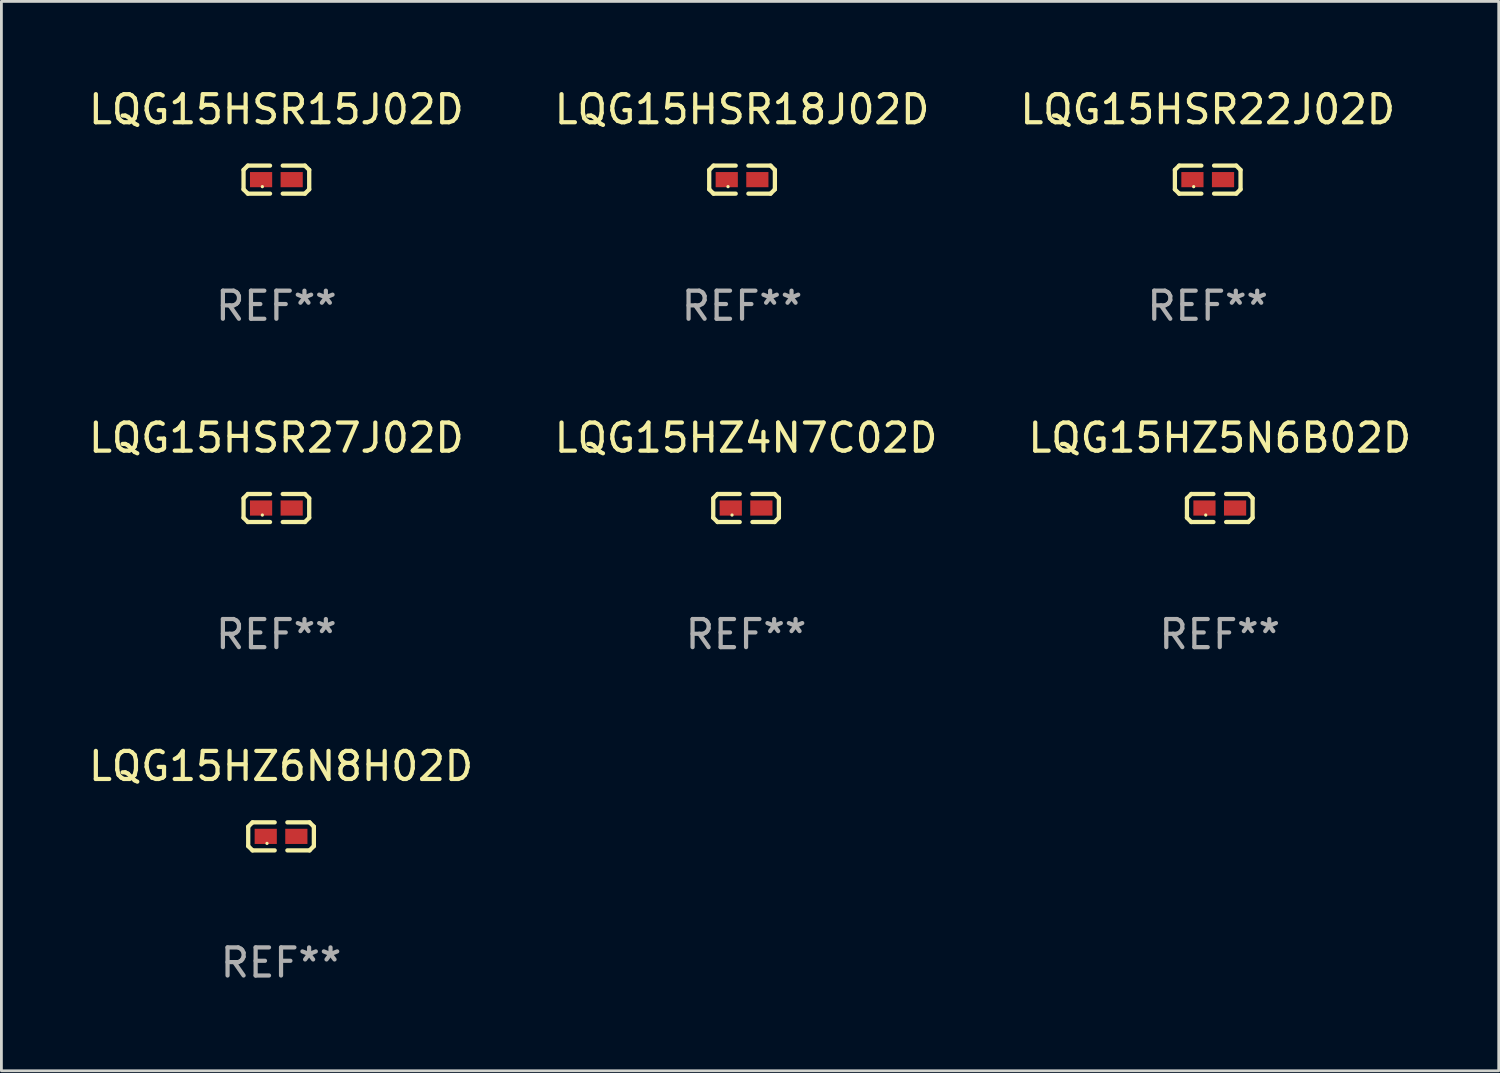
<source format=kicad_pcb>
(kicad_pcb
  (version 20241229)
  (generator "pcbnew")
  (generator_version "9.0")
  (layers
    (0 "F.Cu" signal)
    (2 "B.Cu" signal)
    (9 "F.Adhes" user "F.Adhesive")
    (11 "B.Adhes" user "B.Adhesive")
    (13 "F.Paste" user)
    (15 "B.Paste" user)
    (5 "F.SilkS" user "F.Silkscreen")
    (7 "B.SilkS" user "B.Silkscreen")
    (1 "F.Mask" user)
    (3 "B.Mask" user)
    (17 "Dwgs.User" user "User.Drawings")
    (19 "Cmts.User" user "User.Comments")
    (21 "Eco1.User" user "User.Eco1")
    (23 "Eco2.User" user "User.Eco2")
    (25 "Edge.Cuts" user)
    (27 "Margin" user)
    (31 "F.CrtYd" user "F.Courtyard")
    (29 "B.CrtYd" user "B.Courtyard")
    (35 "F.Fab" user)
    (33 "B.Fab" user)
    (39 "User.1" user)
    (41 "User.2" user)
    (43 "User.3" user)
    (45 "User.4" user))
  (footprint "LQG15HZ4N7C02D"
    (layer "F.Cu")
    (at 23.518 15.041)
    (property "Reference" "LQG15HZ4N7C02D" (at 0 -2.499 0) (layer "F.SilkS") (effects (font (size 1 1) (thickness 0.15))))
    (attr through_hole)
    (fp_line (start -1.169 -0.346) (end -1.016 -0.499) (stroke (width 0.152) (type solid)) (layer "F.SilkS"))
    (fp_line (start -1.169 0.346) (end -1.169 -0.346) (stroke (width 0.152) (type solid)) (layer "F.SilkS"))
    (fp_line (start -1.016 -0.499) (end -0.226 -0.499) (stroke (width 0.152) (type solid)) (layer "F.SilkS"))
    (fp_line (start -1.016 0.499) (end -1.169 0.346) (stroke (width 0.152) (type solid)) (layer "F.SilkS"))
    (fp_line (start -0.226 0.499) (end -1.016 0.499) (stroke (width 0.152) (type solid)) (layer "F.SilkS"))
    (fp_line (start 0.226 0.499) (end 1.016 0.499) (stroke (width 0.152) (type solid)) (layer "F.SilkS"))
    (fp_line (start 1.016 -0.499) (end 0.226 -0.499) (stroke (width 0.152) (type solid)) (layer "F.SilkS"))
    (fp_line (start 1.016 0.499) (end 1.169 0.346) (stroke (width 0.152) (type solid)) (layer "F.SilkS"))
    (fp_line (start 1.169 -0.346) (end 1.016 -0.499) (stroke (width 0.152) (type solid)) (layer "F.SilkS"))
    (fp_line (start 1.169 0.346) (end 1.169 -0.346) (stroke (width 0.152) (type solid)) (layer "F.SilkS"))
    (fp_circle (center -0.5 0.25) (end -0.47 0.25) (stroke (width 0.06) (type solid)) (fill no) (layer "F.SilkS"))
    (fp_text user "REF**" (at 0 4.499 0) (layer "F.Fab") (effects (font (size 1 1) (thickness 0.15))))
    (pad "1" smd rect (at -0.545 0) (size 0.79 0.54) (layers "F.Cu" "F.Mask" "F.Paste"))
    (pad "2" smd rect (at 0.545 0) (size 0.79 0.54) (layers "F.Cu" "F.Mask" "F.Paste")))
  (footprint "LQG15HSR15J02D"
    (layer "F.Cu")
    (at 6.792 3.347)
    (property "Reference" "LQG15HSR15J02D" (at 0 -2.499 0) (layer "F.SilkS") (effects (font (size 1 1) (thickness 0.15))))
    (attr through_hole)
    (fp_line (start -1.169 -0.346) (end -1.016 -0.499) (stroke (width 0.152) (type solid)) (layer "F.SilkS"))
    (fp_line (start -1.169 0.346) (end -1.169 -0.346) (stroke (width 0.152) (type solid)) (layer "F.SilkS"))
    (fp_line (start -1.016 -0.499) (end -0.226 -0.499) (stroke (width 0.152) (type solid)) (layer "F.SilkS"))
    (fp_line (start -1.016 0.499) (end -1.169 0.346) (stroke (width 0.152) (type solid)) (layer "F.SilkS"))
    (fp_line (start -0.226 0.499) (end -1.016 0.499) (stroke (width 0.152) (type solid)) (layer "F.SilkS"))
    (fp_line (start 0.226 0.499) (end 1.016 0.499) (stroke (width 0.152) (type solid)) (layer "F.SilkS"))
    (fp_line (start 1.016 -0.499) (end 0.226 -0.499) (stroke (width 0.152) (type solid)) (layer "F.SilkS"))
    (fp_line (start 1.016 0.499) (end 1.169 0.346) (stroke (width 0.152) (type solid)) (layer "F.SilkS"))
    (fp_line (start 1.169 -0.346) (end 1.016 -0.499) (stroke (width 0.152) (type solid)) (layer "F.SilkS"))
    (fp_line (start 1.169 0.346) (end 1.169 -0.346) (stroke (width 0.152) (type solid)) (layer "F.SilkS"))
    (fp_circle (center -0.5 0.25) (end -0.47 0.25) (stroke (width 0.06) (type solid)) (fill no) (layer "F.SilkS"))
    (fp_text user "REF**" (at 0 4.499 0) (layer "F.Fab") (effects (font (size 1 1) (thickness 0.15))))
    (pad "1" smd rect (at -0.545 0) (size 0.79 0.54) (layers "F.Cu" "F.Mask" "F.Paste"))
    (pad "2" smd rect (at 0.545 0) (size 0.79 0.54) (layers "F.Cu" "F.Mask" "F.Paste")))
  (footprint "LQG15HZ6N8H02D"
    (layer "F.Cu")
    (at 6.958 26.734)
    (property "Reference" "LQG15HZ6N8H02D" (at 0 -2.499 0) (layer "F.SilkS") (effects (font (size 1 1) (thickness 0.15))))
    (attr through_hole)
    (fp_line (start -1.169 -0.346) (end -1.016 -0.499) (stroke (width 0.152) (type solid)) (layer "F.SilkS"))
    (fp_line (start -1.169 0.346) (end -1.169 -0.346) (stroke (width 0.152) (type solid)) (layer "F.SilkS"))
    (fp_line (start -1.016 -0.499) (end -0.226 -0.499) (stroke (width 0.152) (type solid)) (layer "F.SilkS"))
    (fp_line (start -1.016 0.499) (end -1.169 0.346) (stroke (width 0.152) (type solid)) (layer "F.SilkS"))
    (fp_line (start -0.226 0.499) (end -1.016 0.499) (stroke (width 0.152) (type solid)) (layer "F.SilkS"))
    (fp_line (start 0.226 0.499) (end 1.016 0.499) (stroke (width 0.152) (type solid)) (layer "F.SilkS"))
    (fp_line (start 1.016 -0.499) (end 0.226 -0.499) (stroke (width 0.152) (type solid)) (layer "F.SilkS"))
    (fp_line (start 1.016 0.499) (end 1.169 0.346) (stroke (width 0.152) (type solid)) (layer "F.SilkS"))
    (fp_line (start 1.169 -0.346) (end 1.016 -0.499) (stroke (width 0.152) (type solid)) (layer "F.SilkS"))
    (fp_line (start 1.169 0.346) (end 1.169 -0.346) (stroke (width 0.152) (type solid)) (layer "F.SilkS"))
    (fp_circle (center -0.5 0.25) (end -0.47 0.25) (stroke (width 0.06) (type solid)) (fill no) (layer "F.SilkS"))
    (fp_text user "REF**" (at 0 4.499 0) (layer "F.Fab") (effects (font (size 1 1) (thickness 0.15))))
    (pad "1" smd rect (at -0.545 0) (size 0.79 0.54) (layers "F.Cu" "F.Mask" "F.Paste"))
    (pad "2" smd rect (at 0.545 0) (size 0.79 0.54) (layers "F.Cu" "F.Mask" "F.Paste")))
  (footprint "LQG15HSR18J02D"
    (layer "F.Cu")
    (at 23.375 3.347)
    (property "Reference" "LQG15HSR18J02D" (at 0 -2.499 0) (layer "F.SilkS") (effects (font (size 1 1) (thickness 0.15))))
    (attr through_hole)
    (fp_line (start -1.169 -0.346) (end -1.016 -0.499) (stroke (width 0.152) (type solid)) (layer "F.SilkS"))
    (fp_line (start -1.169 0.346) (end -1.169 -0.346) (stroke (width 0.152) (type solid)) (layer "F.SilkS"))
    (fp_line (start -1.016 -0.499) (end -0.226 -0.499) (stroke (width 0.152) (type solid)) (layer "F.SilkS"))
    (fp_line (start -1.016 0.499) (end -1.169 0.346) (stroke (width 0.152) (type solid)) (layer "F.SilkS"))
    (fp_line (start -0.226 0.499) (end -1.016 0.499) (stroke (width 0.152) (type solid)) (layer "F.SilkS"))
    (fp_line (start 0.226 0.499) (end 1.016 0.499) (stroke (width 0.152) (type solid)) (layer "F.SilkS"))
    (fp_line (start 1.016 -0.499) (end 0.226 -0.499) (stroke (width 0.152) (type solid)) (layer "F.SilkS"))
    (fp_line (start 1.016 0.499) (end 1.169 0.346) (stroke (width 0.152) (type solid)) (layer "F.SilkS"))
    (fp_line (start 1.169 -0.346) (end 1.016 -0.499) (stroke (width 0.152) (type solid)) (layer "F.SilkS"))
    (fp_line (start 1.169 0.346) (end 1.169 -0.346) (stroke (width 0.152) (type solid)) (layer "F.SilkS"))
    (fp_circle (center -0.5 0.25) (end -0.47 0.25) (stroke (width 0.06) (type solid)) (fill no) (layer "F.SilkS"))
    (fp_text user "REF**" (at 0 4.499 0) (layer "F.Fab") (effects (font (size 1 1) (thickness 0.15))))
    (pad "1" smd rect (at -0.545 0) (size 0.79 0.54) (layers "F.Cu" "F.Mask" "F.Paste"))
    (pad "2" smd rect (at 0.545 0) (size 0.79 0.54) (layers "F.Cu" "F.Mask" "F.Paste")))
  (footprint "LQG15HSR27J02D"
    (layer "F.Cu")
    (at 6.792 15.041)
    (property "Reference" "LQG15HSR27J02D" (at 0 -2.499 0) (layer "F.SilkS") (effects (font (size 1 1) (thickness 0.15))))
    (attr through_hole)
    (fp_line (start -1.169 -0.346) (end -1.016 -0.499) (stroke (width 0.152) (type solid)) (layer "F.SilkS"))
    (fp_line (start -1.169 0.346) (end -1.169 -0.346) (stroke (width 0.152) (type solid)) (layer "F.SilkS"))
    (fp_line (start -1.016 -0.499) (end -0.226 -0.499) (stroke (width 0.152) (type solid)) (layer "F.SilkS"))
    (fp_line (start -1.016 0.499) (end -1.169 0.346) (stroke (width 0.152) (type solid)) (layer "F.SilkS"))
    (fp_line (start -0.226 0.499) (end -1.016 0.499) (stroke (width 0.152) (type solid)) (layer "F.SilkS"))
    (fp_line (start 0.226 0.499) (end 1.016 0.499) (stroke (width 0.152) (type solid)) (layer "F.SilkS"))
    (fp_line (start 1.016 -0.499) (end 0.226 -0.499) (stroke (width 0.152) (type solid)) (layer "F.SilkS"))
    (fp_line (start 1.016 0.499) (end 1.169 0.346) (stroke (width 0.152) (type solid)) (layer "F.SilkS"))
    (fp_line (start 1.169 -0.346) (end 1.016 -0.499) (stroke (width 0.152) (type solid)) (layer "F.SilkS"))
    (fp_line (start 1.169 0.346) (end 1.169 -0.346) (stroke (width 0.152) (type solid)) (layer "F.SilkS"))
    (fp_circle (center -0.5 0.25) (end -0.47 0.25) (stroke (width 0.06) (type solid)) (fill no) (layer "F.SilkS"))
    (fp_text user "REF**" (at 0 4.499 0) (layer "F.Fab") (effects (font (size 1 1) (thickness 0.15))))
    (pad "1" smd rect (at -0.545 0) (size 0.79 0.54) (layers "F.Cu" "F.Mask" "F.Paste"))
    (pad "2" smd rect (at 0.545 0) (size 0.79 0.54) (layers "F.Cu" "F.Mask" "F.Paste")))
  (footprint "LQG15HSR22J02D"
    (layer "F.Cu")
    (at 39.958 3.347)
    (property "Reference" "LQG15HSR22J02D" (at 0 -2.499 0) (layer "F.SilkS") (effects (font (size 1 1) (thickness 0.15))))
    (attr through_hole)
    (fp_line (start -1.169 -0.346) (end -1.016 -0.499) (stroke (width 0.152) (type solid)) (layer "F.SilkS"))
    (fp_line (start -1.169 0.346) (end -1.169 -0.346) (stroke (width 0.152) (type solid)) (layer "F.SilkS"))
    (fp_line (start -1.016 -0.499) (end -0.226 -0.499) (stroke (width 0.152) (type solid)) (layer "F.SilkS"))
    (fp_line (start -1.016 0.499) (end -1.169 0.346) (stroke (width 0.152) (type solid)) (layer "F.SilkS"))
    (fp_line (start -0.226 0.499) (end -1.016 0.499) (stroke (width 0.152) (type solid)) (layer "F.SilkS"))
    (fp_line (start 0.226 0.499) (end 1.016 0.499) (stroke (width 0.152) (type solid)) (layer "F.SilkS"))
    (fp_line (start 1.016 -0.499) (end 0.226 -0.499) (stroke (width 0.152) (type solid)) (layer "F.SilkS"))
    (fp_line (start 1.016 0.499) (end 1.169 0.346) (stroke (width 0.152) (type solid)) (layer "F.SilkS"))
    (fp_line (start 1.169 -0.346) (end 1.016 -0.499) (stroke (width 0.152) (type solid)) (layer "F.SilkS"))
    (fp_line (start 1.169 0.346) (end 1.169 -0.346) (stroke (width 0.152) (type solid)) (layer "F.SilkS"))
    (fp_circle (center -0.5 0.25) (end -0.47 0.25) (stroke (width 0.06) (type solid)) (fill no) (layer "F.SilkS"))
    (fp_text user "REF**" (at 0 4.499 0) (layer "F.Fab") (effects (font (size 1 1) (thickness 0.15))))
    (pad "1" smd rect (at -0.545 0) (size 0.79 0.54) (layers "F.Cu" "F.Mask" "F.Paste"))
    (pad "2" smd rect (at 0.545 0) (size 0.79 0.54) (layers "F.Cu" "F.Mask" "F.Paste")))
  (footprint "LQG15HZ5N6B02D"
    (layer "F.Cu")
    (at 40.387 15.041)
    (property "Reference" "LQG15HZ5N6B02D" (at 0 -2.499 0) (layer "F.SilkS") (effects (font (size 1 1) (thickness 0.15))))
    (attr through_hole)
    (fp_line (start -1.169 -0.346) (end -1.016 -0.499) (stroke (width 0.152) (type solid)) (layer "F.SilkS"))
    (fp_line (start -1.169 0.346) (end -1.169 -0.346) (stroke (width 0.152) (type solid)) (layer "F.SilkS"))
    (fp_line (start -1.016 -0.499) (end -0.226 -0.499) (stroke (width 0.152) (type solid)) (layer "F.SilkS"))
    (fp_line (start -1.016 0.499) (end -1.169 0.346) (stroke (width 0.152) (type solid)) (layer "F.SilkS"))
    (fp_line (start -0.226 0.499) (end -1.016 0.499) (stroke (width 0.152) (type solid)) (layer "F.SilkS"))
    (fp_line (start 0.226 0.499) (end 1.016 0.499) (stroke (width 0.152) (type solid)) (layer "F.SilkS"))
    (fp_line (start 1.016 -0.499) (end 0.226 -0.499) (stroke (width 0.152) (type solid)) (layer "F.SilkS"))
    (fp_line (start 1.016 0.499) (end 1.169 0.346) (stroke (width 0.152) (type solid)) (layer "F.SilkS"))
    (fp_line (start 1.169 -0.346) (end 1.016 -0.499) (stroke (width 0.152) (type solid)) (layer "F.SilkS"))
    (fp_line (start 1.169 0.346) (end 1.169 -0.346) (stroke (width 0.152) (type solid)) (layer "F.SilkS"))
    (fp_circle (center -0.5 0.25) (end -0.47 0.25) (stroke (width 0.06) (type solid)) (fill no) (layer "F.SilkS"))
    (fp_text user "REF**" (at 0 4.499 0) (layer "F.Fab") (effects (font (size 1 1) (thickness 0.15))))
    (pad "1" smd rect (at -0.545 0) (size 0.79 0.54) (layers "F.Cu" "F.Mask" "F.Paste"))
    (pad "2" smd rect (at 0.545 0) (size 0.79 0.54) (layers "F.Cu" "F.Mask" "F.Paste")))
  (gr_rect
    (start -3 -3)
    (end 50.321 35.081)
    (stroke (width 0.1) (type default))
    (fill no)
    (layer "Edge.Cuts")))
</source>
